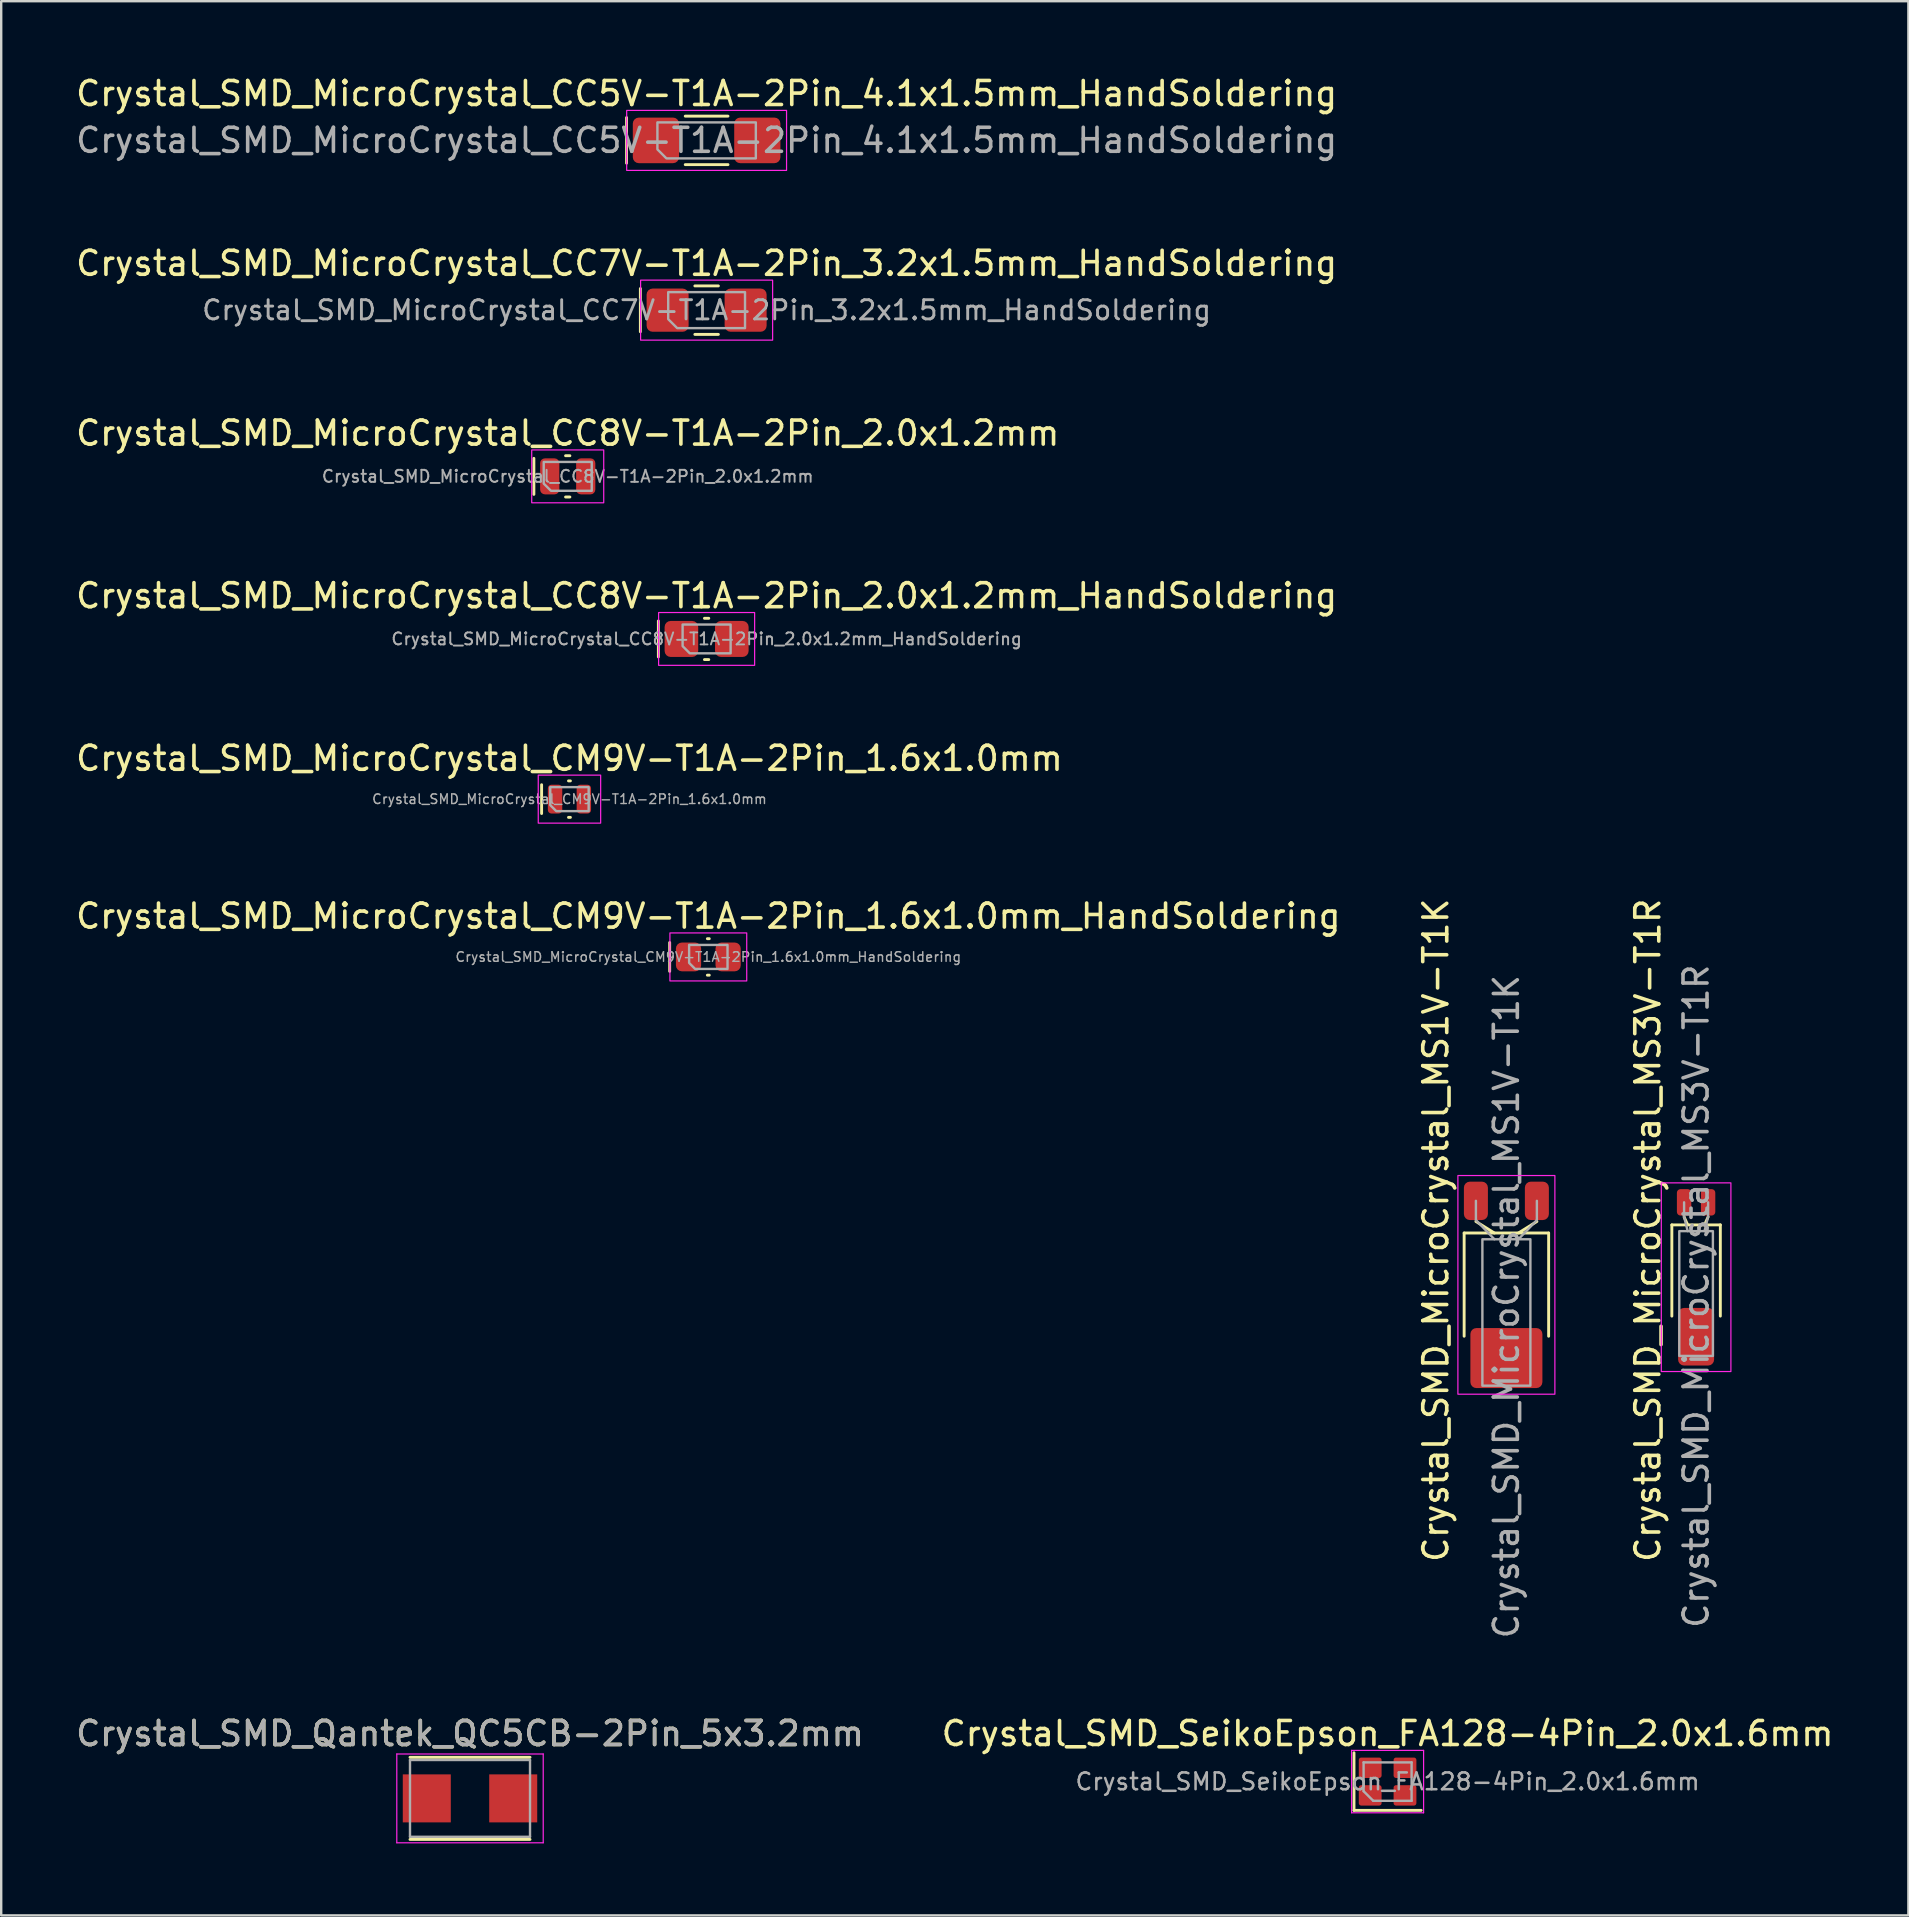
<source format=kicad_pcb>
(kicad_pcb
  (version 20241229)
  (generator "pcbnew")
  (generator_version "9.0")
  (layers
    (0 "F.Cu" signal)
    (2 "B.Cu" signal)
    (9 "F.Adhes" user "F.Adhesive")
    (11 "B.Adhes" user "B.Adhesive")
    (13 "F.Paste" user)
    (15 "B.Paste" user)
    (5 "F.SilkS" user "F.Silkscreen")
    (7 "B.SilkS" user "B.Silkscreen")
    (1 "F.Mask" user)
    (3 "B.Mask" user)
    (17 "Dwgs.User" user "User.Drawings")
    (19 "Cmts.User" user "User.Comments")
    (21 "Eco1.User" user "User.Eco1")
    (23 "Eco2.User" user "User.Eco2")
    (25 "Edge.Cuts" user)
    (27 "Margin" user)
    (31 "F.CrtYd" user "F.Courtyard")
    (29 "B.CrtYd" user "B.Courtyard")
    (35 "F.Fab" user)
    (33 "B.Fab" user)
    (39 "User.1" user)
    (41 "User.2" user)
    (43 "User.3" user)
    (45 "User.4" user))
  (footprint "Crystal_SMD_MicroCrystal_CC7V-T1A-2Pin_3.2x1.5mm_HandSoldering"
    (layer "F.Cu")
    (at 26.387 9.871)
    (property "Reference" "Crystal_SMD_MicroCrystal_CC7V-T1A-2Pin_3.2x1.5mm_HandSoldering" (at 0 -1.95 0) (layer "F.SilkS") (effects (font (size 1 1) (thickness 0.15))))
    (attr smd)
    (fp_line (start -2.76 -0.9) (end -2.76 0.9) (stroke (width 0.12) (type solid)) (layer "F.SilkS"))
    (fp_line (start -0.49 -1.01) (end 0.49 -1.01) (stroke (width 0.12) (type solid)) (layer "F.SilkS"))
    (fp_line (start -0.49 1.01) (end 0.49 1.01) (stroke (width 0.12) (type solid)) (layer "F.SilkS"))
    (fp_rect (start -2.75 -1.25) (end 2.75 1.25) (stroke (width 0.05) (type solid)) (fill no) (layer "F.CrtYd"))
    (fp_poly (pts (xy -1.6 -0.75) (xy -1.6 0.375) (xy -1.225 0.75) (xy 1.6 0.75) (xy 1.6 -0.75)) (stroke (width 0.1) (type solid)) (fill no) (layer "F.Fab"))
    (fp_text user "${REFERENCE}" (at 0 0 0) (layer "F.Fab") (effects (font (size 0.8 0.8) (thickness 0.12))))
    (pad "1" smd roundrect (at -1.625 0) (size 1.75 1.8) (layers "F.Cu" "F.Mask" "F.Paste") (roundrect_rratio 0.143))
    (pad "2" smd roundrect (at 1.625 0) (size 1.75 1.8) (layers "F.Cu" "F.Mask" "F.Paste") (roundrect_rratio 0.143)))
  (footprint "Crystal_SMD_Qantek_QC5CB-2Pin_5x3.2mm"
    (layer "F.Cu")
    (at 16.53 71.869)
    (property "Reference" "Crystal_SMD_Qantek_QC5CB-2Pin_5x3.2mm" (at 0 -2.7 0) (layer "F.SilkS") (effects (font (size 1 1) (thickness 0.15))))
    (attr smd)
    (fp_line (start -2.5 -1.71) (end 2.5 -1.71) (stroke (width 0.12) (type solid)) (layer "F.SilkS"))
    (fp_line (start -2.5 1.71) (end 2.5 1.71) (stroke (width 0.12) (type solid)) (layer "F.SilkS"))
    (fp_line (start -3.05 -1.85) (end -3.05 1.85) (stroke (width 0.05) (type solid)) (layer "F.CrtYd"))
    (fp_line (start -3.05 -1.85) (end 3.05 -1.85) (stroke (width 0.05) (type solid)) (layer "F.CrtYd"))
    (fp_line (start -3.05 1.85) (end 3.05 1.85) (stroke (width 0.05) (type solid)) (layer "F.CrtYd"))
    (fp_line (start 3.05 -1.85) (end 3.05 1.85) (stroke (width 0.05) (type solid)) (layer "F.CrtYd"))
    (fp_line (start -2.5 -1.6) (end -2.5 1.6) (stroke (width 0.1) (type solid)) (layer "F.Fab"))
    (fp_line (start -2.5 -1.6) (end 2.5 -1.6) (stroke (width 0.1) (type solid)) (layer "F.Fab"))
    (fp_line (start -2.5 1.6) (end 2.5 1.6) (stroke (width 0.1) (type solid)) (layer "F.Fab"))
    (fp_line (start 2.5 -1.6) (end 2.5 1.6) (stroke (width 0.1) (type solid)) (layer "F.Fab"))
    (fp_text user "${REFERENCE}" (at 0 -2.7 0) (layer "F.Fab") (effects (font (size 1 1) (thickness 0.15))))
    (pad "1" smd rect (at -1.8 0) (size 2 2) (layers "F.Cu" "F.Mask" "F.Paste"))
    (pad "2" smd rect (at 1.8 0) (size 2 2) (layers "F.Cu" "F.Mask" "F.Paste")))
  (footprint "Crystal_SMD_MicroCrystal_CC8V-T1A-2Pin_2.0x1.2mm_HandSoldering"
    (layer "F.Cu")
    (at 26.387 23.568)
    (property "Reference" "Crystal_SMD_MicroCrystal_CC8V-T1A-2Pin_2.0x1.2mm_HandSoldering" (at 0 -1.8 0) (layer "F.SilkS") (effects (font (size 1 1) (thickness 0.15))))
    (attr smd)
    (fp_line (start -2.01 -0.75) (end -2.01 0.75) (stroke (width 0.12) (type solid)) (layer "F.SilkS"))
    (fp_line (start -0.09 -0.86) (end 0.09 -0.86) (stroke (width 0.12) (type solid)) (layer "F.SilkS"))
    (fp_line (start -0.09 0.86) (end 0.09 0.86) (stroke (width 0.12) (type solid)) (layer "F.SilkS"))
    (fp_rect (start -2 -1.1) (end 2 1.1) (stroke (width 0.05) (type solid)) (fill no) (layer "F.CrtYd"))
    (fp_poly (pts (xy -1 -0.6) (xy -1 0.3) (xy -0.7 0.6) (xy 1 0.6) (xy 1 -0.6)) (stroke (width 0.1) (type solid)) (fill no) (layer "F.Fab"))
    (fp_text user "${REFERENCE}" (at 0 0 0) (layer "F.Fab") (effects (font (size 0.5 0.5) (thickness 0.08))))
    (pad "1" smd roundrect (at -1.05 0) (size 1.4 1.5) (layers "F.Cu" "F.Mask" "F.Paste") (roundrect_rratio 0.179))
    (pad "2" smd roundrect (at 1.05 0) (size 1.4 1.5) (layers "F.Cu" "F.Mask" "F.Paste") (roundrect_rratio 0.179)))
  (footprint "Crystal_SMD_MicroCrystal_CM9V-T1A-2Pin_1.6x1.0mm_HandSoldering"
    (layer "F.Cu")
    (at 26.458 36.815)
    (property "Reference" "Crystal_SMD_MicroCrystal_CM9V-T1A-2Pin_1.6x1.0mm_HandSoldering" (at 0 -1.7 0) (layer "F.SilkS") (effects (font (size 1 1) (thickness 0.15))))
    (attr smd)
    (fp_line (start -1.61 -0.6) (end -1.61 0.6) (stroke (width 0.12) (type solid)) (layer "F.SilkS"))
    (fp_line (start -0.04 -0.76) (end 0.04 -0.76) (stroke (width 0.12) (type solid)) (layer "F.SilkS"))
    (fp_line (start -0.04 0.76) (end 0.04 0.76) (stroke (width 0.12) (type solid)) (layer "F.SilkS"))
    (fp_rect (start -1.6 -1) (end 1.6 1) (stroke (width 0.05) (type solid)) (fill no) (layer "F.CrtYd"))
    (fp_poly (pts (xy -0.8 -0.5) (xy -0.8 0.25) (xy -0.55 0.5) (xy 0.8 0.5) (xy 0.8 -0.5)) (stroke (width 0.1) (type solid)) (fill no) (layer "F.Fab"))
    (fp_text user "${REFERENCE}" (at 0 0 0) (layer "F.Fab") (effects (font (size 0.4 0.4) (thickness 0.06))))
    (pad "1" smd roundrect (at -0.825 0) (size 1.05 1.2) (layers "F.Cu" "F.Mask" "F.Paste") (roundrect_rratio 0.238))
    (pad "2" smd roundrect (at 0.825 0) (size 1.05 1.2) (layers "F.Cu" "F.Mask" "F.Paste") (roundrect_rratio 0.238)))
  (footprint "Crystal_SMD_MicroCrystal_CC8V-T1A-2Pin_2.0x1.2mm"
    (layer "F.Cu")
    (at 20.601 16.795)
    (property "Reference" "Crystal_SMD_MicroCrystal_CC8V-T1A-2Pin_2.0x1.2mm" (at 0 -1.8 0) (layer "F.SilkS") (effects (font (size 1 1) (thickness 0.15))))
    (attr smd)
    (fp_line (start -1.41 -0.75) (end -1.41 0.75) (stroke (width 0.12) (type solid)) (layer "F.SilkS"))
    (fp_line (start -0.09 -0.86) (end 0.09 -0.86) (stroke (width 0.12) (type solid)) (layer "F.SilkS"))
    (fp_line (start -0.09 0.86) (end 0.09 0.86) (stroke (width 0.12) (type solid)) (layer "F.SilkS"))
    (fp_rect (start -1.5 -1.1) (end 1.5 1.1) (stroke (width 0.05) (type solid)) (fill no) (layer "F.CrtYd"))
    (fp_poly (pts (xy -1 -0.6) (xy -1 0.3) (xy -0.7 0.6) (xy 1 0.6) (xy 1 -0.6)) (stroke (width 0.1) (type solid)) (fill no) (layer "F.Fab"))
    (fp_text user "${REFERENCE}" (at 0 0 0) (layer "F.Fab") (effects (font (size 0.5 0.5) (thickness 0.08))))
    (pad "1" smd roundrect (at -0.75 0) (size 0.8 1.5) (layers "F.Cu" "F.Mask" "F.Paste") (roundrect_rratio 0.25))
    (pad "2" smd roundrect (at 0.75 0) (size 0.8 1.5) (layers "F.Cu" "F.Mask" "F.Paste") (roundrect_rratio 0.25)))
  (footprint "Crystal_SMD_SeikoEpson_FA128-4Pin_2.0x1.6mm"
    (layer "F.Cu")
    (at 54.756 71.169)
    (property "Reference" "Crystal_SMD_SeikoEpson_FA128-4Pin_2.0x1.6mm" (at 0 -2 0) (layer "F.SilkS") (effects (font (size 1 1) (thickness 0.15))))
    (attr smd)
    (fp_line (start -1.4 -1.2) (end -1.4 1.2) (stroke (width 0.12) (type solid)) (layer "F.SilkS"))
    (fp_line (start -1.4 1.2) (end 1.4 1.2) (stroke (width 0.12) (type solid)) (layer "F.SilkS"))
    (fp_line (start -1.5 -1.3) (end -1.5 1.3) (stroke (width 0.05) (type solid)) (layer "F.CrtYd"))
    (fp_line (start -1.5 1.3) (end 1.5 1.3) (stroke (width 0.05) (type solid)) (layer "F.CrtYd"))
    (fp_line (start 1.5 -1.3) (end -1.5 -1.3) (stroke (width 0.05) (type solid)) (layer "F.CrtYd"))
    (fp_line (start 1.5 1.3) (end 1.5 -1.3) (stroke (width 0.05) (type solid)) (layer "F.CrtYd"))
    (fp_line (start -1 -0.8) (end 1 -0.8) (stroke (width 0.1) (type solid)) (layer "F.Fab"))
    (fp_line (start -1 0.4) (end -1 -0.8) (stroke (width 0.1) (type solid)) (layer "F.Fab"))
    (fp_line (start -1 0.4) (end -0.6 0.8) (stroke (width 0.1) (type solid)) (layer "F.Fab"))
    (fp_line (start 1 -0.8) (end 1 0.8) (stroke (width 0.1) (type solid)) (layer "F.Fab"))
    (fp_line (start 1 0.8) (end -0.6 0.8) (stroke (width 0.1) (type solid)) (layer "F.Fab"))
    (fp_text user "${REFERENCE}" (at 0 0 0) (layer "F.Fab") (effects (font (size 0.7 0.7) (thickness 0.105))))
    (pad "1" smd roundrect (at -0.725 0.575) (size 0.95 0.85) (layers "F.Cu" "F.Mask" "F.Paste") (roundrect_rratio 0.12))
    (pad "2" smd roundrect (at 0.725 0.575) (size 0.95 0.85) (layers "F.Cu" "F.Mask" "F.Paste") (roundrect_rratio 0.12))
    (pad "3" smd roundrect (at 0.725 -0.575) (size 0.95 0.85) (layers "F.Cu" "F.Mask" "F.Paste") (roundrect_rratio 0.12))
    (pad "4" smd roundrect (at -0.725 -0.575) (size 0.95 0.85) (layers "F.Cu" "F.Mask" "F.Paste") (roundrect_rratio 0.12)))
  (footprint "Crystal_SMD_MicroCrystal_CM9V-T1A-2Pin_1.6x1.0mm"
    (layer "F.Cu")
    (at 20.673 30.241)
    (property "Reference" "Crystal_SMD_MicroCrystal_CM9V-T1A-2Pin_1.6x1.0mm" (at 0 -1.7 0) (layer "F.SilkS") (effects (font (size 1 1) (thickness 0.15))))
    (attr smd)
    (fp_line (start -1.16 -0.6) (end -1.16 0.6) (stroke (width 0.12) (type solid)) (layer "F.SilkS"))
    (fp_line (start -0.04 -0.76) (end 0.04 -0.76) (stroke (width 0.12) (type solid)) (layer "F.SilkS"))
    (fp_line (start -0.04 0.76) (end 0.04 0.76) (stroke (width 0.12) (type solid)) (layer "F.SilkS"))
    (fp_rect (start -1.3 -1) (end 1.3 1) (stroke (width 0.05) (type solid)) (fill no) (layer "F.CrtYd"))
    (fp_poly (pts (xy -0.8 -0.5) (xy -0.8 0.25) (xy -0.55 0.5) (xy 0.8 0.5) (xy 0.8 -0.5)) (stroke (width 0.1) (type solid)) (fill no) (layer "F.Fab"))
    (fp_text user "${REFERENCE}" (at 0 0 0) (layer "F.Fab") (effects (font (size 0.4 0.4) (thickness 0.06))))
    (pad "1" smd roundrect (at -0.6 0) (size 0.6 1.2) (layers "F.Cu" "F.Mask" "F.Paste") (roundrect_rratio 0.25))
    (pad "2" smd roundrect (at 0.6 0) (size 0.6 1.2) (layers "F.Cu" "F.Mask" "F.Paste") (roundrect_rratio 0.25)))
  (footprint "Crystal_SMD_MicroCrystal_MS3V-T1R"
    (layer "F.Cu")
    (at 67.608 49.838)
    (property "Reference" "Crystal_SMD_MicroCrystal_MS3V-T1R" (at -2.01 -1.637 90) (layer "F.SilkS") (effects (font (size 1 1) (thickness 0.15))))
    (attr smd)
    (fp_line (start -1.01 -1.86) (end 1.01 -1.86) (stroke (width 0.12) (type solid)) (layer "F.SilkS"))
    (fp_line (start -1.01 1.94) (end -1.01 -1.86) (stroke (width 0.12) (type solid)) (layer "F.SilkS"))
    (fp_line (start -0.35 -1.86) (end -0.5 -2.19) (stroke (width 0.12) (type solid)) (layer "F.SilkS"))
    (fp_line (start 0.35 -1.86) (end 0.5 -2.19) (stroke (width 0.12) (type solid)) (layer "F.SilkS"))
    (fp_line (start 1.01 -1.86) (end 1.01 1.94) (stroke (width 0.12) (type solid)) (layer "F.SilkS"))
    (fp_rect (start -1.45 -3.61) (end 1.45 4.25) (stroke (width 0.05) (type solid)) (fill no) (layer "F.CrtYd"))
    (fp_line (start -0.5 -2.2) (end -0.5 -2.8) (stroke (width 0.1) (type solid)) (layer "F.Fab"))
    (fp_line (start -0.35 -1.6) (end -0.5 -2.2) (stroke (width 0.1) (type solid)) (layer "F.Fab"))
    (fp_line (start 0.35 -1.6) (end 0.5 -2.2) (stroke (width 0.1) (type solid)) (layer "F.Fab"))
    (fp_line (start 0.5 -2.2) (end 0.5 -2.8) (stroke (width 0.1) (type solid)) (layer "F.Fab"))
    (fp_rect (start -0.7 -1.6) (end 0.7 3.6) (stroke (width 0.1) (type solid)) (fill no) (layer "F.Fab"))
    (fp_text user "${REFERENCE}" (at 0 1.11 90) (layer "F.Fab") (effects (font (size 1 1) (thickness 0.15))))
    (pad "1" smd roundrect (at -0.5 -2.8) (size 0.6 1.1) (layers "F.Cu" "F.Mask" "F.Paste") (roundrect_rratio 0.25))
    (pad "2" smd roundrect (at 0.5 -2.8) (size 0.6 1.1) (layers "F.Cu" "F.Mask" "F.Paste") (roundrect_rratio 0.25))
    (pad "3" smd roundrect (at 0 2.8) (size 1.5 2.4) (layers "F.Cu" "F.Mask" "F.Paste") (roundrect_rratio 0.167)))
  (footprint "Crystal_SMD_MicroCrystal_CC5V-T1A-2Pin_4.1x1.5mm_HandSoldering"
    (layer "F.Cu")
    (at 26.387 2.798)
    (property "Reference" "Crystal_SMD_MicroCrystal_CC5V-T1A-2Pin_4.1x1.5mm_HandSoldering" (at 0 -1.95 0) (layer "F.SilkS") (effects (font (size 1 1) (thickness 0.15))))
    (attr smd)
    (fp_line (start -3.335 -0.95) (end -3.335 0.95) (stroke (width 0.12) (type solid)) (layer "F.SilkS"))
    (fp_line (start -0.89 -1.01) (end 0.89 -1.01) (stroke (width 0.12) (type solid)) (layer "F.SilkS"))
    (fp_line (start -0.89 1.01) (end 0.89 1.01) (stroke (width 0.12) (type solid)) (layer "F.SilkS"))
    (fp_rect (start -3.33 -1.25) (end 3.33 1.25) (stroke (width 0.05) (type solid)) (fill no) (layer "F.CrtYd"))
    (fp_poly (pts (xy -2.05 -0.75) (xy -2.05 0.375) (xy -1.675 0.75) (xy 2.05 0.75) (xy 2.05 -0.75)) (stroke (width 0.1) (type solid)) (fill no) (layer "F.Fab"))
    (fp_text user "${REFERENCE}" (at 0 0 0) (layer "F.Fab") (effects (font (size 1 1) (thickness 0.15))))
    (pad "1" smd roundrect (at -2.112 0) (size 1.925 1.9) (layers "F.Cu" "F.Mask" "F.Paste") (roundrect_rratio 0.132))
    (pad "2" smd roundrect (at 2.112 0) (size 1.925 1.9) (layers "F.Cu" "F.Mask" "F.Paste") (roundrect_rratio 0.132)))
  (footprint "Crystal_SMD_MicroCrystal_MS1V-T1K"
    (layer "F.Cu")
    (at 59.705 50.251)
    (property "Reference" "Crystal_SMD_MicroCrystal_MS1V-T1K" (at -2.94 -2.05 90) (layer "F.SilkS") (effects (font (size 1 1) (thickness 0.15))))
    (attr smd)
    (fp_line (start -1.76 -1.935) (end 1.76 -1.935) (stroke (width 0.12) (type solid)) (layer "F.SilkS"))
    (fp_line (start -1.76 2.365) (end -1.76 -1.935) (stroke (width 0.12) (type solid)) (layer "F.SilkS"))
    (fp_line (start -0.5 -1.935) (end -1.27 -2.415) (stroke (width 0.12) (type solid)) (layer "F.SilkS"))
    (fp_line (start 0.5 -1.935) (end 1.27 -2.415) (stroke (width 0.12) (type solid)) (layer "F.SilkS"))
    (fp_line (start 1.76 -1.935) (end 1.76 2.365) (stroke (width 0.12) (type solid)) (layer "F.SilkS"))
    (fp_rect (start -2.02 -4.33) (end 2.02 4.78) (stroke (width 0.05) (type solid)) (fill no) (layer "F.CrtYd"))
    (fp_line (start -1.27 -2.475) (end -1.27 -3.275) (stroke (width 0.1) (type solid)) (layer "F.Fab"))
    (fp_line (start -0.5 -1.675) (end -1.27 -2.475) (stroke (width 0.1) (type solid)) (layer "F.Fab"))
    (fp_line (start 0.5 -1.675) (end 1.27 -2.475) (stroke (width 0.1) (type solid)) (layer "F.Fab"))
    (fp_line (start 1.27 -2.475) (end 1.27 -3.275) (stroke (width 0.1) (type solid)) (layer "F.Fab"))
    (fp_rect (start -1 -1.675) (end 1 4.425) (stroke (width 0.1) (type solid)) (fill no) (layer "F.Fab"))
    (fp_text user "${REFERENCE}" (at 0 1.135 90) (layer "F.Fab") (effects (font (size 1 1) (thickness 0.15))))
    (pad "1" smd roundrect (at -1.27 -3.275) (size 1 1.6) (layers "F.Cu" "F.Mask" "F.Paste") (roundrect_rratio 0.25))
    (pad "2" smd roundrect (at 1.27 -3.275) (size 1 1.6) (layers "F.Cu" "F.Mask" "F.Paste") (roundrect_rratio 0.25))
    (pad "3" smd roundrect (at 0 3.275) (size 3 2.5) (layers "F.Cu" "F.Mask" "F.Paste") (roundrect_rratio 0.1)))
  (gr_rect
    (start -3 -3)
    (end 76.452 76.744)
    (stroke (width 0.1) (type default))
    (fill no)
    (layer "Edge.Cuts")))
</source>
